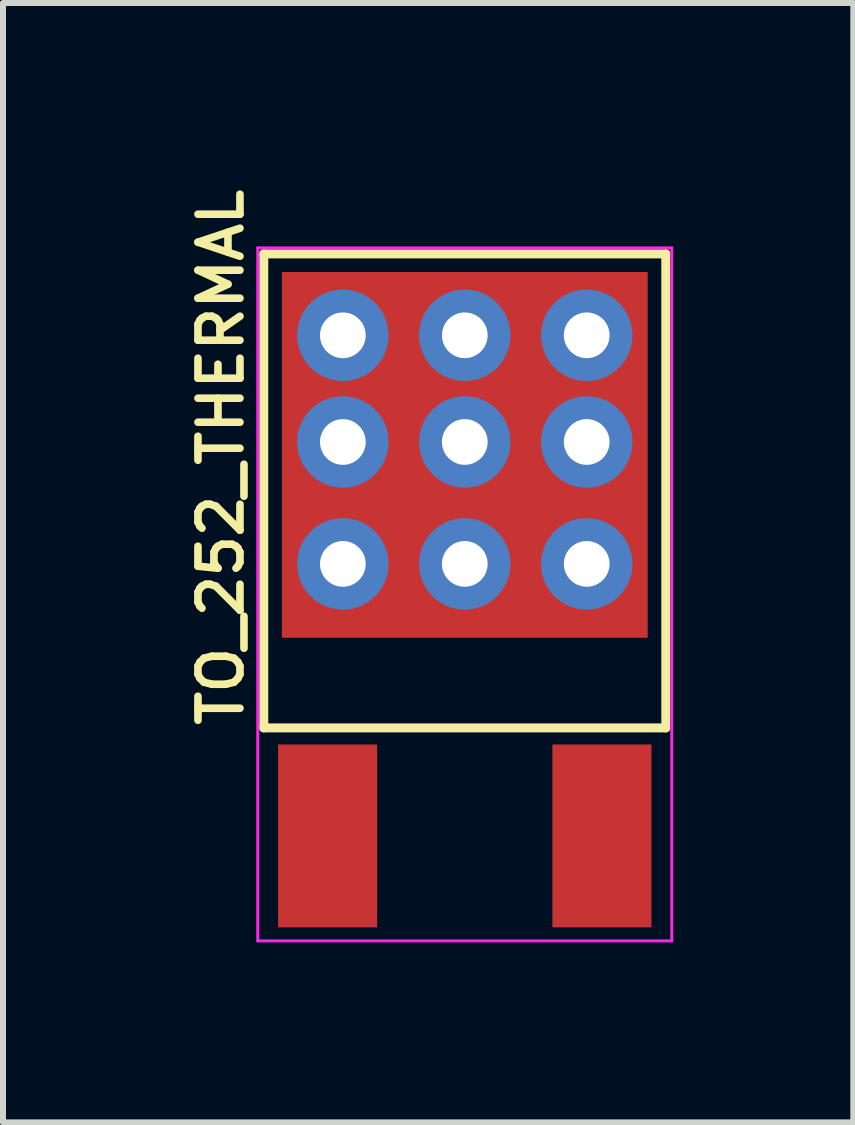
<source format=kicad_pcb>
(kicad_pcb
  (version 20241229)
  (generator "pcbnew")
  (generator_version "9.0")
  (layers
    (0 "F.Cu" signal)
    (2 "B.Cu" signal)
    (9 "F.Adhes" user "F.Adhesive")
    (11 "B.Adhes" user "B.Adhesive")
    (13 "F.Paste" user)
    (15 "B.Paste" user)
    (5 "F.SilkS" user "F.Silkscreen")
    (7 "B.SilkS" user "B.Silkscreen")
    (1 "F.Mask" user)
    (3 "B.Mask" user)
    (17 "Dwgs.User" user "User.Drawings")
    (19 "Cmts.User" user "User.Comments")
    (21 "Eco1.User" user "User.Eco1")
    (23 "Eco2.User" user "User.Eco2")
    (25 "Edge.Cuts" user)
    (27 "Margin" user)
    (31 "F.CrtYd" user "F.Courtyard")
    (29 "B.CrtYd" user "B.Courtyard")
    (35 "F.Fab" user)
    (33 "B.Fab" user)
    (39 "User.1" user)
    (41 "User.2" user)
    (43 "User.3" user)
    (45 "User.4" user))
  (footprint "TO_252_THERMAL"
    (layer "F.Cu")
    (at 4.696 6.856)
    (property "Reference" "TO_252_THERMAL" (at -4.064 -2.286 90) (layer "F.SilkS") (effects (font (size 0.7 0.7) (thickness 0.127))))
    (attr smd)
    (fp_line (start -3.35 -5.675) (end 3.35 -5.675) (stroke (width 0.15) (type solid)) (layer "F.SilkS"))
    (fp_line (start -3.35 2.225) (end -3.35 -5.675) (stroke (width 0.15) (type solid)) (layer "F.SilkS"))
    (fp_line (start 3.35 -5.675) (end 3.35 2.225) (stroke (width 0.15) (type solid)) (layer "F.SilkS"))
    (fp_line (start 3.35 2.225) (end -3.35 2.225) (stroke (width 0.15) (type solid)) (layer "F.SilkS"))
    (fp_line (start -3.45 -5.775) (end 3.45 -5.775) (stroke (width 0.05) (type solid)) (layer "F.CrtYd"))
    (fp_line (start -3.45 5.775) (end -3.45 -5.775) (stroke (width 0.05) (type solid)) (layer "F.CrtYd"))
    (fp_line (start 3.45 -5.775) (end 3.45 5.775) (stroke (width 0.05) (type solid)) (layer "F.CrtYd"))
    (fp_line (start 3.45 5.775) (end -3.45 5.775) (stroke (width 0.05) (type solid)) (layer "F.CrtYd"))
    (pad "1" smd rect (at -2.286 4.025) (size 1.651 3.048) (layers "F.Cu" "F.Mask" "F.Paste"))
    (pad "2" thru_hole circle (at -2.032 -4.318) (size 1.524 1.524) (drill 0.762) (layers "*.Cu" "*.Mask"))
    (pad "2" thru_hole circle (at -2.032 -2.54) (size 1.524 1.524) (drill 0.762) (layers "*.Cu" "*.Mask"))
    (pad "2" thru_hole circle (at -2.032 -0.508) (size 1.524 1.524) (drill 0.762) (layers "*.Cu" "*.Mask"))
    (pad "2" thru_hole circle (at 0 -4.318) (size 1.524 1.524) (drill 0.762) (layers "*.Cu" "*.Mask"))
    (pad "2" thru_hole circle (at 0 -2.54) (size 1.524 1.524) (drill 0.762) (layers "*.Cu" "*.Mask"))
    (pad "2" smd rect (at 0 -2.325) (size 6.096 6.096) (layers "F.Cu" "F.Mask" "F.Paste"))
    (pad "2" thru_hole circle (at 0 -0.508) (size 1.524 1.524) (drill 0.762) (layers "*.Cu" "*.Mask"))
    (pad "2" thru_hole circle (at 2.032 -4.318) (size 1.524 1.524) (drill 0.762) (layers "*.Cu" "*.Mask"))
    (pad "2" thru_hole circle (at 2.032 -2.54) (size 1.524 1.524) (drill 0.762) (layers "*.Cu" "*.Mask"))
    (pad "2" thru_hole circle (at 2.032 -0.508) (size 1.524 1.524) (drill 0.762) (layers "*.Cu" "*.Mask"))
    (pad "3" smd rect (at 2.286 4.025) (size 1.651 3.048) (layers "F.Cu" "F.Mask" "F.Paste")))
  (gr_rect
    (start -3 -3)
    (end 11.171 15.656)
    (stroke (width 0.1) (type default))
    (fill no)
    (layer "Edge.Cuts")))
</source>
